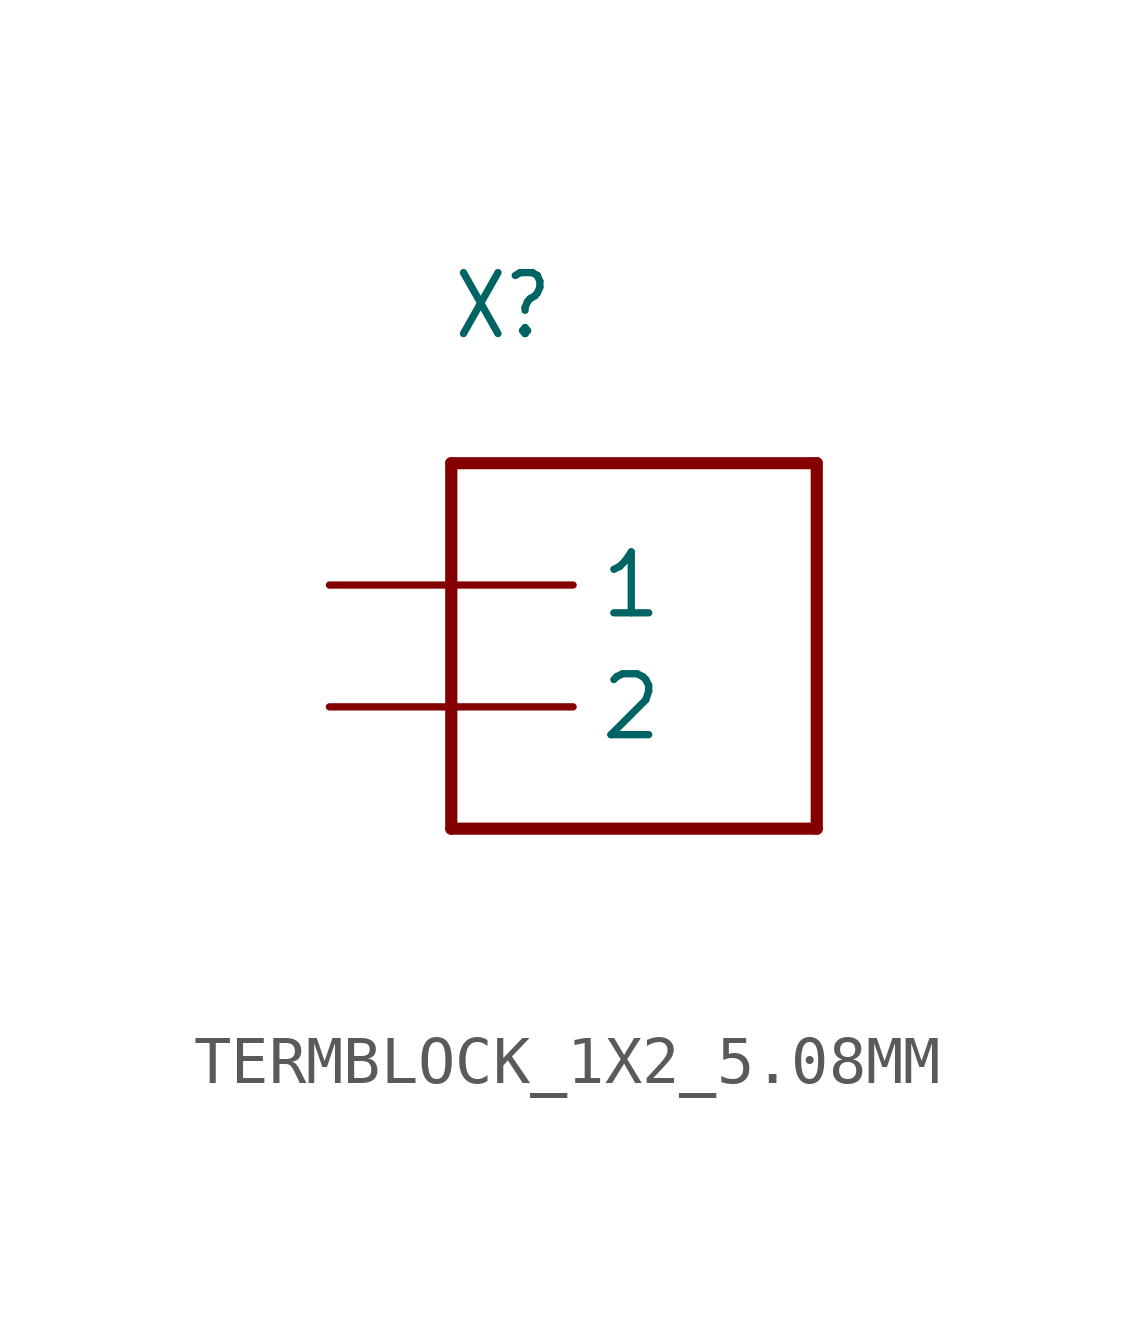
<source format=kicad_sym>
(kicad_symbol_lib
  (version 20231120)
  (generator "kicad_symbol_editor")
  (generator_version "8.0")
  (symbol "TERMBLOCK_1X2_5.08MM"
    (property "Reference" "X"
      (at -2.54 7.62 0)
      (effects (font (size 1.27 1.079)) (justify left bottom)))
    (property "Value" ""
      (at -2.54 -5.08 0)
      (effects (font (size 1.27 1.079)) (justify left bottom)))
    (property "ki_locked" ""
      (at 0 0 0)
      (effects (font (size 1.27 1.27))))
    (symbol "TERMBLOCK_1X2_5.08MM_1_0"
      (polyline (pts (xy -2.54 -2.54) (xy 5.08 -2.54)) (stroke (width 0.254) (type solid)) (fill (type none)))
      (polyline (pts (xy -2.54 5.08) (xy -2.54 -2.54)) (stroke (width 0.254) (type solid)) (fill (type none)))
      (polyline (pts (xy 5.08 -2.54) (xy 5.08 5.08)) (stroke (width 0.254) (type solid)) (fill (type none)))
      (polyline (pts (xy 5.08 5.08) (xy -2.54 5.08)) (stroke (width 0.254) (type solid)) (fill (type none)))
      (pin passive line (at -5.08 2.54 0) (length 5.08) (name "1" (effects (font (size 1.27 1.27)))) (number "P$3" (effects (font (size 0 0)))))
      (pin passive line (at -5.08 0 0) (length 5.08) (name "2" (effects (font (size 1.27 1.27)))) (number "P$4" (effects (font (size 0 0))))))))
</source>
